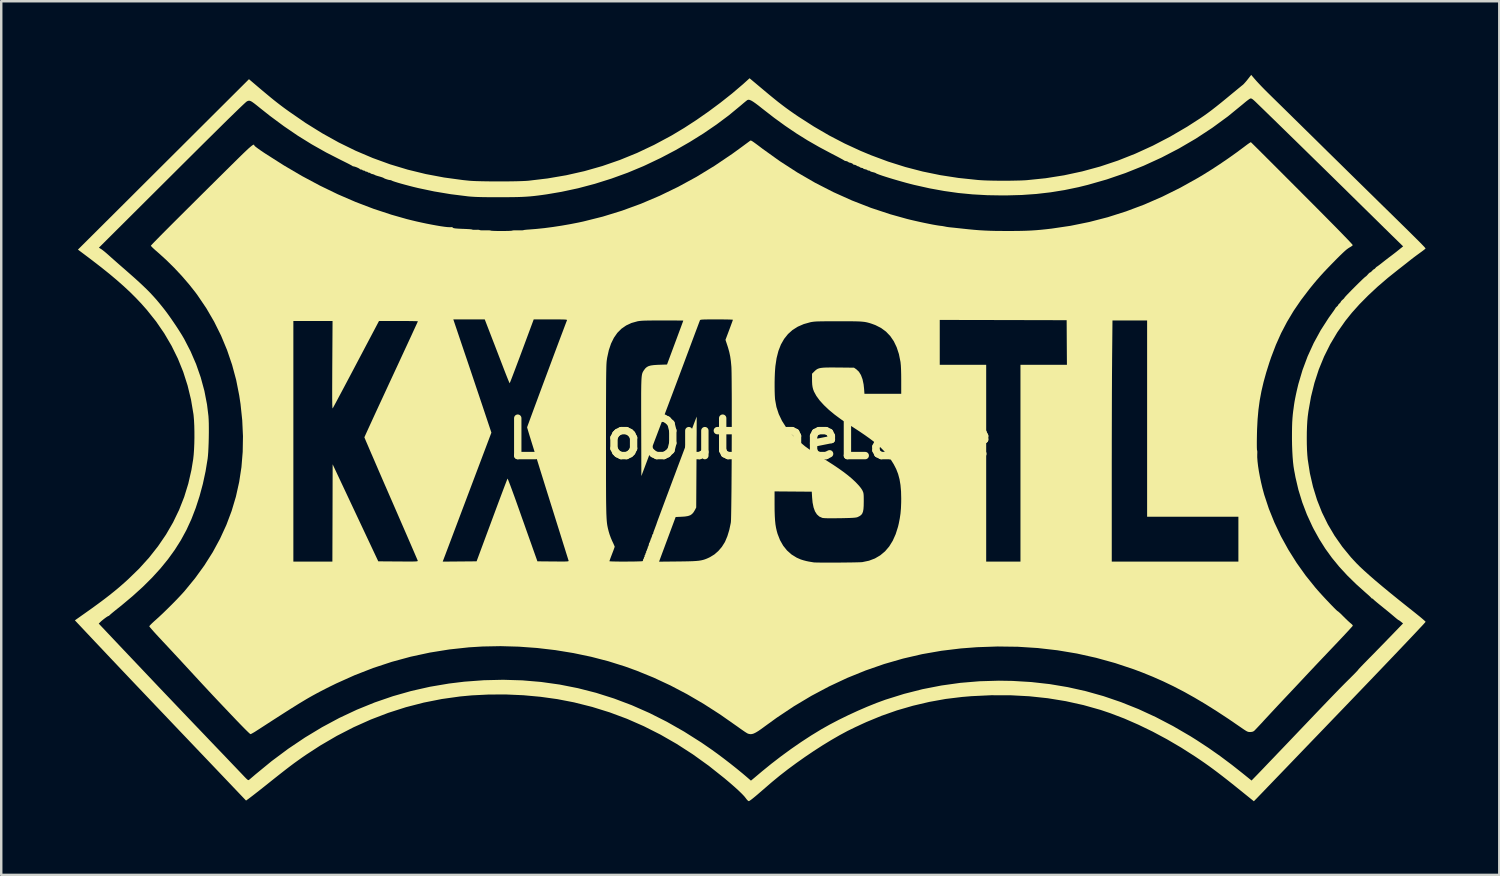
<source format=kicad_pcb>
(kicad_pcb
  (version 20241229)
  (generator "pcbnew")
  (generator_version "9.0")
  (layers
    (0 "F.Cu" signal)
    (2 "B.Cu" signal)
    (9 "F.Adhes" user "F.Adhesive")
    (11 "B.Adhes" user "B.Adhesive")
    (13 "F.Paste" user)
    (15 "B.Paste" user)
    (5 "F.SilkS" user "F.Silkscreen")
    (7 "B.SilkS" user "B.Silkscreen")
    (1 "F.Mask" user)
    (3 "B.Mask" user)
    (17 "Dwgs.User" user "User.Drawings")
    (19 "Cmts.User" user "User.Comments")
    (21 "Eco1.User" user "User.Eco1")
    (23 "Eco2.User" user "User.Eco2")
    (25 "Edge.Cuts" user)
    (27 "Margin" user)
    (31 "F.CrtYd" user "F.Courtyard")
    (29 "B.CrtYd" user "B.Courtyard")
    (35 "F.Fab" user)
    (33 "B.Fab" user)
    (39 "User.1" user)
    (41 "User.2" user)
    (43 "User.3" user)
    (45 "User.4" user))
  (footprint "LogoOutlineLarge"
    (layer "F.Cu")
    (at 27.506 14.814)
    (property "Reference" "LogoOutlineLarge" (at 0 0 0) (layer "F.SilkS") (effects (font (size 1.524 1.524) (thickness 0.3))))
    (attr board_only exclude_from_pos_files exclude_from_bom)
    (fp_poly (pts (xy 20.452 -14.751) (xy 20.535 -14.654) (xy 20.619 -14.558) (xy 20.71 -14.46) (xy 20.811 -14.353) (xy 20.927 -14.234) (xy 21.063 -14.098) (xy 21.222 -13.941) (xy 21.369 -13.797) (xy 21.477 -13.691) (xy 21.612 -13.559) (xy 21.77 -13.404) (xy 21.948 -13.229) (xy 22.141 -13.039) (xy 22.347 -12.837) (xy 22.561 -12.626) (xy 22.78 -12.411) (xy 23.001 -12.194) (xy 23.219 -11.979) (xy 23.283 -11.916) (xy 23.52 -11.682) (xy 23.777 -11.43) (xy 24.046 -11.166) (xy 24.323 -10.893) (xy 24.602 -10.619) (xy 24.877 -10.349) (xy 25.143 -10.088) (xy 25.394 -9.842) (xy 25.623 -9.616) (xy 25.776 -9.466) (xy 26.046 -9.202) (xy 26.287 -8.966) (xy 26.5 -8.756) (xy 26.688 -8.572) (xy 26.851 -8.411) (xy 26.991 -8.272) (xy 27.11 -8.154) (xy 27.21 -8.055) (xy 27.292 -7.972) (xy 27.357 -7.905) (xy 27.408 -7.852) (xy 27.446 -7.812) (xy 27.472 -7.782) (xy 27.488 -7.761) (xy 27.496 -7.748) (xy 27.498 -7.74) (xy 27.497 -7.739) (xy 27.476 -7.721) (xy 27.427 -7.682) (xy 27.356 -7.628) (xy 27.269 -7.565) (xy 27.231 -7.537) (xy 27.124 -7.459) (xy 27.014 -7.377) (xy 26.914 -7.3) (xy 26.836 -7.238) (xy 26.828 -7.232) (xy 26.755 -7.174) (xy 26.66 -7.099) (xy 26.552 -7.014) (xy 26.443 -6.929) (xy 26.41 -6.904) (xy 25.964 -6.548) (xy 25.547 -6.19) (xy 25.162 -5.831) (xy 24.811 -5.476) (xy 24.496 -5.125) (xy 24.234 -4.798) (xy 23.907 -4.333) (xy 23.618 -3.848) (xy 23.367 -3.344) (xy 23.152 -2.82) (xy 22.975 -2.275) (xy 22.834 -1.707) (xy 22.73 -1.118) (xy 22.701 -0.903) (xy 22.684 -0.72) (xy 22.672 -0.506) (xy 22.664 -0.271) (xy 22.662 -0.026) (xy 22.664 0.219) (xy 22.671 0.452) (xy 22.684 0.664) (xy 22.7 0.838) (xy 22.789 1.411) (xy 22.916 1.962) (xy 23.079 2.492) (xy 23.28 3.001) (xy 23.519 3.489) (xy 23.796 3.957) (xy 24.11 4.405) (xy 24.462 4.834) (xy 24.678 5.067) (xy 24.823 5.212) (xy 25 5.377) (xy 25.21 5.565) (xy 25.452 5.776) (xy 25.729 6.009) (xy 26.039 6.265) (xy 26.383 6.544) (xy 26.762 6.847) (xy 27.022 7.053) (xy 27.145 7.152) (xy 27.257 7.242) (xy 27.353 7.322) (xy 27.428 7.387) (xy 27.479 7.433) (xy 27.501 7.458) (xy 27.501 7.459) (xy 27.487 7.477) (xy 27.444 7.526) (xy 27.374 7.603) (xy 27.276 7.707) (xy 27.154 7.838) (xy 27.007 7.994) (xy 26.836 8.175) (xy 26.643 8.378) (xy 26.429 8.603) (xy 26.195 8.849) (xy 25.942 9.114) (xy 25.671 9.398) (xy 25.383 9.699) (xy 25.079 10.016) (xy 24.76 10.348) (xy 24.428 10.694) (xy 24.11 11.025) (xy 23.792 11.355) (xy 23.482 11.678) (xy 23.18 11.992) (xy 22.888 12.295) (xy 22.607 12.587) (xy 22.339 12.866) (xy 22.085 13.13) (xy 21.847 13.378) (xy 21.625 13.608) (xy 21.421 13.82) (xy 21.237 14.011) (xy 21.073 14.181) (xy 20.932 14.328) (xy 20.815 14.45) (xy 20.722 14.546) (xy 20.656 14.615) (xy 20.618 14.654) (xy 20.609 14.663) (xy 20.507 14.767) (xy 19.95 14.318) (xy 19.687 14.106) (xy 19.45 13.918) (xy 19.236 13.751) (xy 19.039 13.6) (xy 18.854 13.461) (xy 18.676 13.331) (xy 18.5 13.206) (xy 18.32 13.082) (xy 18.131 12.955) (xy 18.115 12.944) (xy 17.548 12.582) (xy 16.971 12.244) (xy 16.389 11.932) (xy 15.807 11.65) (xy 15.231 11.398) (xy 14.665 11.182) (xy 14.269 11.048) (xy 13.567 10.85) (xy 12.849 10.691) (xy 12.114 10.571) (xy 11.362 10.491) (xy 10.594 10.45) (xy 9.809 10.449) (xy 9.007 10.487) (xy 8.617 10.52) (xy 7.953 10.601) (xy 7.287 10.721) (xy 6.624 10.877) (xy 5.972 11.066) (xy 5.337 11.289) (xy 4.726 11.541) (xy 4.588 11.604) (xy 4.484 11.652) (xy 4.376 11.703) (xy 4.281 11.746) (xy 4.255 11.759) (xy 3.958 11.904) (xy 3.637 12.077) (xy 3.297 12.273) (xy 2.945 12.488) (xy 2.587 12.719) (xy 2.227 12.962) (xy 1.872 13.213) (xy 1.528 13.467) (xy 1.2 13.722) (xy 0.894 13.974) (xy 0.827 14.031) (xy 0.738 14.108) (xy 0.626 14.205) (xy 0.503 14.311) (xy 0.38 14.417) (xy 0.296 14.49) (xy 0.196 14.574) (xy 0.104 14.649) (xy 0.028 14.708) (xy -0.029 14.747) (xy -0.059 14.763) (xy -0.061 14.763) (xy -0.096 14.745) (xy -0.144 14.695) (xy -0.184 14.642) (xy -0.247 14.563) (xy -0.344 14.461) (xy -0.473 14.336) (xy -0.633 14.19) (xy -0.822 14.025) (xy -1.04 13.841) (xy -1.053 13.83) (xy -1.691 13.323) (xy -2.338 12.858) (xy -2.994 12.434) (xy -3.66 12.052) (xy -4.337 11.71) (xy -5.025 11.408) (xy -5.726 11.147) (xy -6.44 10.925) (xy -7.168 10.742) (xy -7.196 10.736) (xy -7.858 10.608) (xy -8.542 10.513) (xy -9.241 10.449) (xy -9.946 10.418) (xy -10.651 10.42) (xy -11.348 10.455) (xy -11.819 10.499) (xy -12.563 10.603) (xy -13.299 10.749) (xy -14.027 10.937) (xy -14.745 11.167) (xy -15.453 11.438) (xy -16.152 11.751) (xy -16.839 12.104) (xy -17.514 12.498) (xy -18.083 12.868) (xy -18.253 12.985) (xy -18.414 13.099) (xy -18.574 13.214) (xy -18.737 13.336) (xy -18.912 13.47) (xy -19.104 13.62) (xy -19.321 13.791) (xy -19.394 13.849) (xy -19.607 14.019) (xy -19.804 14.176) (xy -19.981 14.316) (xy -20.137 14.438) (xy -20.268 14.54) (xy -20.372 14.619) (xy -20.446 14.675) (xy -20.47 14.692) (xy -20.536 14.739) (xy -22.124 13.071) (xy -22.542 12.633) (xy -22.932 12.223) (xy -23.296 11.842) (xy -23.634 11.486) (xy -23.95 11.154) (xy -24.245 10.845) (xy -24.519 10.556) (xy -24.776 10.286) (xy -25.016 10.034) (xy -25.241 9.797) (xy -25.453 9.573) (xy -25.654 9.362) (xy -25.844 9.16) (xy -26.027 8.968) (xy -26.203 8.781) (xy -26.374 8.6) (xy -26.542 8.422) (xy -26.709 8.246) (xy -26.875 8.069) (xy -27.043 7.891) (xy -27.215 7.708) (xy -27.381 7.532) (xy -26.535 7.532) (xy -26.017 8.08) (xy -25.497 8.63) (xy -25 9.154) (xy -24.521 9.659) (xy -24.055 10.151) (xy -23.594 10.634) (xy -23.135 11.116) (xy -22.671 11.602) (xy -22.196 12.098) (xy -22.187 12.108) (xy -21.981 12.324) (xy -21.78 12.534) (xy -21.587 12.735) (xy -21.404 12.926) (xy -21.235 13.104) (xy -21.08 13.266) (xy -20.943 13.409) (xy -20.826 13.532) (xy -20.73 13.632) (xy -20.66 13.706) (xy -20.616 13.752) (xy -20.611 13.758) (xy -20.539 13.832) (xy -20.489 13.879) (xy -20.456 13.902) (xy -20.433 13.906) (xy -20.418 13.898) (xy -20.389 13.875) (xy -20.335 13.829) (xy -20.263 13.768) (xy -20.179 13.696) (xy -20.157 13.677) (xy -19.494 13.133) (xy -18.82 12.631) (xy -18.136 12.171) (xy -17.442 11.752) (xy -16.738 11.374) (xy -16.022 11.038) (xy -15.296 10.743) (xy -14.557 10.489) (xy -13.808 10.276) (xy -13.046 10.104) (xy -12.272 9.973) (xy -11.647 9.897) (xy -10.851 9.838) (xy -10.065 9.82) (xy -9.289 9.843) (xy -8.523 9.908) (xy -7.767 10.014) (xy -7.019 10.162) (xy -6.28 10.351) (xy -5.549 10.583) (xy -4.825 10.856) (xy -4.109 11.172) (xy -3.399 11.53) (xy -2.696 11.93) (xy -1.998 12.372) (xy -1.59 12.653) (xy -1.343 12.831) (xy -1.081 13.027) (xy -0.815 13.232) (xy -0.556 13.438) (xy -0.314 13.636) (xy -0.132 13.791) (xy 0.026 13.927) (xy 0.086 13.878) (xy 0.121 13.849) (xy 0.182 13.798) (xy 0.264 13.729) (xy 0.361 13.647) (xy 0.467 13.558) (xy 0.487 13.541) (xy 0.855 13.242) (xy 1.248 12.939) (xy 1.656 12.641) (xy 2.07 12.355) (xy 2.479 12.088) (xy 2.873 11.848) (xy 2.901 11.831) (xy 3.237 11.642) (xy 3.602 11.451) (xy 3.984 11.264) (xy 4.374 11.084) (xy 4.762 10.916) (xy 5.137 10.765) (xy 5.489 10.636) (xy 5.512 10.628) (xy 6.261 10.394) (xy 7.017 10.202) (xy 7.781 10.053) (xy 8.553 9.945) (xy 9.332 9.88) (xy 10.12 9.857) (xy 10.681 9.866) (xy 11.443 9.912) (xy 12.193 9.996) (xy 12.932 10.12) (xy 13.661 10.283) (xy 14.383 10.486) (xy 15.098 10.73) (xy 15.809 11.014) (xy 16.515 11.34) (xy 17.22 11.708) (xy 17.924 12.118) (xy 18.171 12.273) (xy 18.654 12.59) (xy 19.132 12.925) (xy 19.613 13.285) (xy 20.032 13.616) (xy 20.413 13.923) (xy 20.657 13.672) (xy 20.707 13.62) (xy 20.785 13.539) (xy 20.887 13.433) (xy 21.011 13.303) (xy 21.155 13.152) (xy 21.317 12.984) (xy 21.492 12.8) (xy 21.681 12.603) (xy 21.879 12.396) (xy 22.084 12.181) (xy 22.294 11.961) (xy 22.347 11.905) (xy 22.603 11.637) (xy 22.831 11.398) (xy 23.034 11.185) (xy 23.215 10.996) (xy 23.375 10.829) (xy 23.517 10.681) (xy 23.644 10.549) (xy 23.757 10.432) (xy 23.859 10.327) (xy 23.952 10.231) (xy 24.039 10.142) (xy 24.122 10.058) (xy 24.203 9.976) (xy 24.285 9.894) (xy 24.37 9.81) (xy 24.46 9.721) (xy 24.476 9.704) (xy 24.565 9.616) (xy 24.642 9.537) (xy 24.703 9.473) (xy 24.742 9.43) (xy 24.755 9.412) (xy 24.77 9.393) (xy 24.811 9.348) (xy 24.874 9.281) (xy 24.955 9.197) (xy 25.05 9.1) (xy 25.126 9.022) (xy 25.234 8.912) (xy 25.366 8.779) (xy 25.512 8.629) (xy 25.667 8.47) (xy 25.824 8.31) (xy 25.974 8.154) (xy 26.04 8.087) (xy 26.583 7.525) (xy 26.502 7.459) (xy 26.452 7.42) (xy 26.415 7.396) (xy 26.405 7.392) (xy 26.382 7.379) (xy 26.335 7.343) (xy 26.271 7.29) (xy 26.211 7.239) (xy 26.134 7.174) (xy 26.034 7.09) (xy 25.919 6.996) (xy 25.799 6.899) (xy 25.712 6.828) (xy 25.61 6.746) (xy 25.52 6.672) (xy 25.446 6.61) (xy 25.395 6.565) (xy 25.372 6.541) (xy 25.372 6.541) (xy 25.339 6.514) (xy 25.324 6.511) (xy 25.296 6.5) (xy 25.293 6.492) (xy 25.277 6.472) (xy 25.235 6.429) (xy 25.172 6.371) (xy 25.093 6.302) (xy 25.072 6.284) (xy 24.672 5.925) (xy 24.31 5.57) (xy 23.982 5.214) (xy 23.686 4.853) (xy 23.417 4.481) (xy 23.172 4.093) (xy 22.947 3.687) (xy 22.891 3.577) (xy 22.668 3.093) (xy 22.477 2.591) (xy 22.321 2.082) (xy 22.202 1.574) (xy 22.189 1.504) (xy 22.173 1.415) (xy 22.158 1.339) (xy 22.148 1.287) (xy 22.147 1.278) (xy 22.123 1.131) (xy 22.102 0.949) (xy 22.085 0.738) (xy 22.072 0.506) (xy 22.063 0.259) (xy 22.059 0.005) (xy 22.059 -0.043) (xy 22.06 -0.283) (xy 22.063 -0.487) (xy 22.069 -0.666) (xy 22.079 -0.826) (xy 22.092 -0.976) (xy 22.109 -1.125) (xy 22.122 -1.214) (xy 22.133 -1.297) (xy 22.144 -1.382) (xy 22.145 -1.386) (xy 22.162 -1.496) (xy 22.188 -1.636) (xy 22.221 -1.798) (xy 22.259 -1.97) (xy 22.3 -2.142) (xy 22.32 -2.224) (xy 22.489 -2.796) (xy 22.697 -3.353) (xy 22.945 -3.895) (xy 23.231 -4.418) (xy 23.554 -4.92) (xy 23.695 -5.117) (xy 23.751 -5.194) (xy 23.795 -5.259) (xy 23.824 -5.303) (xy 23.831 -5.318) (xy 23.847 -5.341) (xy 23.883 -5.375) (xy 23.885 -5.376) (xy 23.923 -5.412) (xy 23.939 -5.44) (xy 23.939 -5.441) (xy 23.954 -5.468) (xy 23.991 -5.504) (xy 23.992 -5.505) (xy 24.03 -5.542) (xy 24.046 -5.572) (xy 24.046 -5.573) (xy 24.062 -5.6) (xy 24.101 -5.641) (xy 24.121 -5.658) (xy 24.167 -5.699) (xy 24.194 -5.731) (xy 24.197 -5.739) (xy 24.211 -5.759) (xy 24.252 -5.805) (xy 24.314 -5.871) (xy 24.393 -5.952) (xy 24.483 -6.045) (xy 24.581 -6.143) (xy 24.68 -6.242) (xy 24.777 -6.338) (xy 24.867 -6.425) (xy 24.944 -6.5) (xy 25.005 -6.556) (xy 25.044 -6.59) (xy 25.055 -6.597) (xy 25.079 -6.613) (xy 25.118 -6.652) (xy 25.145 -6.683) (xy 25.189 -6.732) (xy 25.226 -6.763) (xy 25.241 -6.769) (xy 25.271 -6.784) (xy 25.311 -6.822) (xy 25.321 -6.834) (xy 25.361 -6.875) (xy 25.392 -6.897) (xy 25.397 -6.898) (xy 25.424 -6.913) (xy 25.46 -6.95) (xy 25.461 -6.952) (xy 25.494 -6.989) (xy 25.518 -7.005) (xy 25.518 -7.005) (xy 25.54 -7.018) (xy 25.588 -7.053) (xy 25.655 -7.104) (xy 25.73 -7.163) (xy 25.824 -7.237) (xy 25.922 -7.313) (xy 26.009 -7.38) (xy 26.055 -7.414) (xy 26.127 -7.468) (xy 26.218 -7.538) (xy 26.317 -7.615) (xy 26.385 -7.67) (xy 26.586 -7.831) (xy 26.321 -8.09) (xy 26.266 -8.144) (xy 26.183 -8.225) (xy 26.074 -8.331) (xy 25.944 -8.46) (xy 25.793 -8.607) (xy 25.626 -8.772) (xy 25.444 -8.951) (xy 25.251 -9.141) (xy 25.049 -9.339) (xy 24.84 -9.544) (xy 24.658 -9.724) (xy 24.442 -9.936) (xy 24.215 -10.16) (xy 23.978 -10.392) (xy 23.734 -10.632) (xy 23.485 -10.876) (xy 23.233 -11.123) (xy 22.98 -11.37) (xy 22.729 -11.616) (xy 22.481 -11.859) (xy 22.238 -12.097) (xy 22.003 -12.326) (xy 21.778 -12.546) (xy 21.564 -12.755) (xy 21.365 -12.95) (xy 21.181 -13.128) (xy 21.016 -13.289) (xy 20.871 -13.43) (xy 20.748 -13.549) (xy 20.65 -13.644) (xy 20.579 -13.713) (xy 20.539 -13.751) (xy 20.472 -13.81) (xy 20.425 -13.843) (xy 20.389 -13.855) (xy 20.363 -13.852) (xy 20.329 -13.834) (xy 20.269 -13.792) (xy 20.192 -13.733) (xy 20.104 -13.66) (xy 20.059 -13.622) (xy 19.451 -13.125) (xy 18.813 -12.658) (xy 18.148 -12.221) (xy 17.459 -11.818) (xy 16.748 -11.448) (xy 16.019 -11.114) (xy 15.274 -10.816) (xy 14.515 -10.556) (xy 13.746 -10.336) (xy 13.366 -10.242) (xy 12.798 -10.124) (xy 12.229 -10.032) (xy 11.65 -9.965) (xy 11.054 -9.923) (xy 10.431 -9.906) (xy 10.272 -9.905) (xy 9.652 -9.915) (xy 9.056 -9.948) (xy 8.474 -10.004) (xy 7.894 -10.086) (xy 7.305 -10.193) (xy 6.697 -10.329) (xy 6.666 -10.336) (xy 6.516 -10.374) (xy 6.353 -10.417) (xy 6.181 -10.465) (xy 6.006 -10.515) (xy 5.834 -10.565) (xy 5.668 -10.615) (xy 5.515 -10.663) (xy 5.379 -10.707) (xy 5.266 -10.746) (xy 5.181 -10.778) (xy 5.128 -10.801) (xy 5.114 -10.811) (xy 5.088 -10.825) (xy 5.033 -10.843) (xy 4.99 -10.853) (xy 4.928 -10.87) (xy 4.887 -10.887) (xy 4.878 -10.897) (xy 4.86 -10.912) (xy 4.824 -10.916) (xy 4.784 -10.923) (xy 4.771 -10.935) (xy 4.752 -10.95) (xy 4.704 -10.964) (xy 4.685 -10.968) (xy 4.631 -10.981) (xy 4.601 -10.997) (xy 4.599 -11.003) (xy 4.58 -11.019) (xy 4.546 -11.024) (xy 4.492 -11.037) (xy 4.462 -11.056) (xy 4.42 -11.083) (xy 4.395 -11.088) (xy 4.351 -11.103) (xy 4.327 -11.121) (xy 4.28 -11.146) (xy 4.243 -11.153) (xy 4.203 -11.159) (xy 4.19 -11.171) (xy 4.172 -11.192) (xy 4.13 -11.216) (xy 4.08 -11.234) (xy 4.048 -11.239) (xy 4.007 -11.253) (xy 3.983 -11.271) (xy 3.936 -11.297) (xy 3.9 -11.303) (xy 3.848 -11.315) (xy 3.821 -11.331) (xy 3.795 -11.348) (xy 3.736 -11.382) (xy 3.649 -11.429) (xy 3.541 -11.487) (xy 3.416 -11.552) (xy 3.309 -11.607) (xy 2.81 -11.873) (xy 2.335 -12.145) (xy 1.877 -12.431) (xy 1.426 -12.736) (xy 0.973 -13.065) (xy 0.508 -13.426) (xy 0.48 -13.448) (xy 0.33 -13.567) (xy 0.208 -13.658) (xy 0.111 -13.725) (xy 0.034 -13.77) (xy -0.026 -13.795) (xy -0.074 -13.802) (xy -0.112 -13.793) (xy -0.12 -13.79) (xy -0.149 -13.768) (xy -0.204 -13.724) (xy -0.278 -13.663) (xy -0.364 -13.589) (xy -0.413 -13.548) (xy -0.874 -13.168) (xy -1.373 -12.795) (xy -1.904 -12.432) (xy -2.463 -12.083) (xy -3.045 -11.749) (xy -3.644 -11.434) (xy -4.255 -11.143) (xy -4.348 -11.1) (xy -4.99 -10.832) (xy -5.654 -10.591) (xy -6.331 -10.378) (xy -7.014 -10.197) (xy -7.695 -10.051) (xy -8.284 -9.951) (xy -8.48 -9.923) (xy -8.656 -9.9) (xy -8.816 -9.881) (xy -8.97 -9.866) (xy -9.123 -9.855) (xy -9.282 -9.846) (xy -9.455 -9.84) (xy -9.647 -9.836) (xy -9.866 -9.834) (xy -10.119 -9.833) (xy -10.218 -9.833) (xy -10.472 -9.833) (xy -10.689 -9.834) (xy -10.874 -9.836) (xy -11.032 -9.84) (xy -11.168 -9.844) (xy -11.288 -9.851) (xy -11.397 -9.858) (xy -11.501 -9.868) (xy -11.518 -9.87) (xy -12.205 -9.956) (xy -12.875 -10.068) (xy -13.519 -10.204) (xy -13.712 -10.25) (xy -13.886 -10.295) (xy -14.052 -10.339) (xy -14.206 -10.381) (xy -14.342 -10.42) (xy -14.454 -10.455) (xy -14.539 -10.483) (xy -14.589 -10.503) (xy -14.601 -10.51) (xy -14.637 -10.526) (xy -14.667 -10.53) (xy -14.713 -10.536) (xy -14.778 -10.553) (xy -14.846 -10.575) (xy -14.903 -10.598) (xy -14.934 -10.616) (xy -14.935 -10.618) (xy -14.96 -10.63) (xy -15.016 -10.65) (xy -15.092 -10.673) (xy -15.118 -10.68) (xy -15.198 -10.703) (xy -15.261 -10.724) (xy -15.296 -10.74) (xy -15.3 -10.743) (xy -15.326 -10.757) (xy -15.378 -10.772) (xy -15.391 -10.775) (xy -15.443 -10.789) (xy -15.471 -10.806) (xy -15.472 -10.81) (xy -15.49 -10.825) (xy -15.526 -10.83) (xy -15.566 -10.838) (xy -15.58 -10.852) (xy -15.598 -10.868) (xy -15.633 -10.873) (xy -15.674 -10.881) (xy -15.687 -10.895) (xy -15.705 -10.911) (xy -15.741 -10.916) (xy -15.781 -10.924) (xy -15.794 -10.938) (xy -15.813 -10.954) (xy -15.848 -10.959) (xy -15.889 -10.966) (xy -15.902 -10.978) (xy -15.92 -10.996) (xy -15.966 -11.021) (xy -16.028 -11.049) (xy -16.091 -11.072) (xy -16.143 -11.086) (xy -16.161 -11.088) (xy -16.197 -11.097) (xy -16.206 -11.106) (xy -16.227 -11.12) (xy -16.281 -11.15) (xy -16.362 -11.193) (xy -16.466 -11.245) (xy -16.586 -11.305) (xy -16.661 -11.342) (xy -17.272 -11.654) (xy -17.859 -11.985) (xy -18.431 -12.34) (xy -18.994 -12.724) (xy -19.556 -13.14) (xy -19.963 -13.462) (xy -20.091 -13.566) (xy -20.191 -13.644) (xy -20.269 -13.701) (xy -20.328 -13.738) (xy -20.375 -13.757) (xy -20.413 -13.763) (xy -20.45 -13.757) (xy -20.488 -13.742) (xy -20.495 -13.739) (xy -20.517 -13.724) (xy -20.559 -13.688) (xy -20.622 -13.63) (xy -20.706 -13.551) (xy -20.812 -13.45) (xy -20.941 -13.325) (xy -21.094 -13.176) (xy -21.272 -13.003) (xy -21.474 -12.804) (xy -21.701 -12.579) (xy -21.955 -12.328) (xy -22.236 -12.05) (xy -22.545 -11.743) (xy -22.882 -11.408) (xy -23.248 -11.044) (xy -23.555 -10.738) (xy -26.528 -7.777) (xy -26.431 -7.717) (xy -26.374 -7.676) (xy -26.297 -7.615) (xy -26.213 -7.544) (xy -26.163 -7.5) (xy -26.1 -7.444) (xy -26.012 -7.365) (xy -25.903 -7.269) (xy -25.781 -7.161) (xy -25.651 -7.047) (xy -25.52 -6.933) (xy -25.519 -6.933) (xy -25.279 -6.722) (xy -25.067 -6.535) (xy -24.881 -6.366) (xy -24.717 -6.212) (xy -24.569 -6.069) (xy -24.435 -5.933) (xy -24.31 -5.798) (xy -24.189 -5.663) (xy -24.07 -5.521) (xy -23.947 -5.37) (xy -23.867 -5.269) (xy -23.759 -5.127) (xy -23.638 -4.959) (xy -23.511 -4.775) (xy -23.383 -4.586) (xy -23.262 -4.4) (xy -23.154 -4.228) (xy -23.066 -4.079) (xy -23.06 -4.069) (xy -22.796 -3.558) (xy -22.569 -3.032) (xy -22.381 -2.493) (xy -22.232 -1.944) (xy -22.125 -1.39) (xy -22.067 -0.918) (xy -22.059 -0.79) (xy -22.053 -0.629) (xy -22.051 -0.443) (xy -22.051 -0.242) (xy -22.054 -0.033) (xy -22.059 0.174) (xy -22.067 0.372) (xy -22.076 0.552) (xy -22.088 0.705) (xy -22.1 0.817) (xy -22.185 1.333) (xy -22.295 1.844) (xy -22.43 2.344) (xy -22.586 2.825) (xy -22.762 3.281) (xy -22.956 3.703) (xy -22.974 3.739) (xy -23.191 4.137) (xy -23.437 4.526) (xy -23.713 4.908) (xy -24.021 5.286) (xy -24.363 5.661) (xy -24.74 6.036) (xy -25.156 6.413) (xy -25.611 6.795) (xy -25.766 6.918) (xy -25.866 6.998) (xy -25.954 7.07) (xy -26.026 7.13) (xy -26.074 7.172) (xy -26.094 7.192) (xy -26.123 7.218) (xy -26.135 7.22) (xy -26.165 7.233) (xy -26.219 7.267) (xy -26.286 7.315) (xy -26.358 7.371) (xy -26.425 7.426) (xy -26.467 7.466) (xy -26.535 7.532) (xy -27.381 7.532) (xy -27.392 7.521) (xy -27.393 7.519) (xy -27.506 7.399) (xy -27.114 7.122) (xy -26.818 6.912) (xy -26.554 6.72) (xy -26.315 6.542) (xy -26.096 6.373) (xy -25.892 6.209) (xy -25.696 6.046) (xy -25.505 5.879) (xy -25.339 5.729) (xy -24.892 5.295) (xy -24.486 4.846) (xy -24.12 4.382) (xy -23.794 3.904) (xy -23.508 3.41) (xy -23.262 2.9) (xy -23.055 2.375) (xy -22.888 1.833) (xy -22.76 1.274) (xy -22.688 0.835) (xy -22.668 0.651) (xy -22.653 0.437) (xy -22.643 0.202) (xy -22.638 -0.044) (xy -22.639 -0.291) (xy -22.644 -0.529) (xy -22.655 -0.748) (xy -22.671 -0.937) (xy -22.678 -0.999) (xy -22.777 -1.589) (xy -22.916 -2.162) (xy -23.094 -2.719) (xy -23.312 -3.259) (xy -23.57 -3.782) (xy -23.866 -4.287) (xy -24.201 -4.775) (xy -24.576 -5.244) (xy -24.584 -5.253) (xy -24.799 -5.497) (xy -25.025 -5.735) (xy -25.264 -5.973) (xy -25.521 -6.212) (xy -25.799 -6.457) (xy -26.101 -6.711) (xy -26.433 -6.977) (xy -26.798 -7.259) (xy -26.944 -7.37) (xy -27.382 -7.699) (xy -26.611 -8.466) (xy -26.512 -8.565) (xy -26.384 -8.692) (xy -26.23 -8.846) (xy -26.052 -9.023) (xy -25.852 -9.222) (xy -25.633 -9.44) (xy -25.396 -9.676) (xy -25.144 -9.927) (xy -24.879 -10.192) (xy -24.603 -10.467) (xy -24.318 -10.751) (xy -24.026 -11.042) (xy -23.73 -11.337) (xy -23.431 -11.635) (xy -23.132 -11.932) (xy -23.129 -11.936) (xy -20.417 -14.639) (xy -20.332 -14.567) (xy -20.177 -14.435) (xy -20.022 -14.303) (xy -19.873 -14.177) (xy -19.733 -14.06) (xy -19.61 -13.958) (xy -19.508 -13.874) (xy -19.433 -13.813) (xy -19.426 -13.807) (xy -19.311 -13.716) (xy -19.22 -13.645) (xy -19.142 -13.585) (xy -19.068 -13.529) (xy -18.989 -13.47) (xy -18.894 -13.401) (xy -18.781 -13.32) (xy -18.112 -12.858) (xy -17.438 -12.439) (xy -16.759 -12.061) (xy -16.073 -11.725) (xy -15.377 -11.429) (xy -14.67 -11.172) (xy -13.951 -10.955) (xy -13.218 -10.776) (xy -12.47 -10.635) (xy -11.704 -10.531) (xy -11.443 -10.504) (xy -11.328 -10.496) (xy -11.176 -10.489) (xy -10.995 -10.484) (xy -10.792 -10.48) (xy -10.571 -10.477) (xy -10.342 -10.476) (xy -10.109 -10.476) (xy -9.88 -10.477) (xy -9.661 -10.48) (xy -9.46 -10.484) (xy -9.282 -10.49) (xy -9.135 -10.497) (xy -9.036 -10.504) (xy -8.256 -10.597) (xy -7.496 -10.727) (xy -6.754 -10.895) (xy -6.027 -11.102) (xy -5.313 -11.349) (xy -4.61 -11.636) (xy -3.915 -11.965) (xy -3.225 -12.335) (xy -3.177 -12.363) (xy -2.692 -12.654) (xy -2.196 -12.976) (xy -1.7 -13.322) (xy -1.213 -13.684) (xy -0.743 -14.056) (xy -0.302 -14.431) (xy -0.085 -14.627) (xy -0.03 -14.677) (xy 0.539 -14.2) (xy 0.759 -14.016) (xy 0.955 -13.856) (xy 1.131 -13.714) (xy 1.296 -13.587) (xy 1.455 -13.467) (xy 1.615 -13.352) (xy 1.782 -13.235) (xy 1.964 -13.111) (xy 1.966 -13.11) (xy 2.591 -12.709) (xy 3.215 -12.346) (xy 3.845 -12.018) (xy 4.489 -11.721) (xy 4.916 -11.543) (xy 5.612 -11.284) (xy 6.312 -11.063) (xy 7.019 -10.879) (xy 7.739 -10.731) (xy 8.478 -10.617) (xy 9.239 -10.537) (xy 9.348 -10.528) (xy 9.5 -10.519) (xy 9.685 -10.512) (xy 9.896 -10.507) (xy 10.123 -10.504) (xy 10.357 -10.504) (xy 10.589 -10.505) (xy 10.811 -10.509) (xy 11.013 -10.514) (xy 11.186 -10.522) (xy 11.271 -10.528) (xy 12.03 -10.606) (xy 12.779 -10.725) (xy 13.518 -10.884) (xy 14.248 -11.083) (xy 14.97 -11.324) (xy 15.684 -11.607) (xy 16.392 -11.931) (xy 17.095 -12.297) (xy 17.793 -12.705) (xy 18.33 -13.051) (xy 18.479 -13.153) (xy 18.634 -13.264) (xy 18.801 -13.389) (xy 18.983 -13.531) (xy 19.186 -13.693) (xy 19.413 -13.879) (xy 19.52 -13.968) (xy 19.645 -14.071) (xy 19.762 -14.167) (xy 19.865 -14.252) (xy 19.951 -14.322) (xy 20.014 -14.374) (xy 20.05 -14.402) (xy 20.052 -14.403) (xy 20.091 -14.439) (xy 20.147 -14.5) (xy 20.212 -14.576) (xy 20.256 -14.631) (xy 20.399 -14.814)) (stroke (width 0) (type solid)) (fill yes) (layer "F.SilkS"))
    (fp_poly (pts (xy 0.038 -12.135) (xy 0.068 -12.12) (xy 0.113 -12.091) (xy 0.175 -12.047) (xy 0.26 -11.985) (xy 0.371 -11.902) (xy 0.497 -11.806) (xy 1.196 -11.305) (xy 1.91 -10.843) (xy 2.639 -10.421) (xy 3.383 -10.04) (xy 4.142 -9.699) (xy 4.915 -9.398) (xy 5.702 -9.138) (xy 6.382 -8.948) (xy 6.54 -8.909) (xy 6.714 -8.869) (xy 6.895 -8.828) (xy 7.077 -8.789) (xy 7.253 -8.753) (xy 7.414 -8.721) (xy 7.554 -8.696) (xy 7.666 -8.678) (xy 7.725 -8.67) (xy 7.81 -8.66) (xy 7.89 -8.646) (xy 7.929 -8.638) (xy 7.994 -8.625) (xy 8.078 -8.613) (xy 8.134 -8.606) (xy 8.199 -8.6) (xy 8.296 -8.59) (xy 8.416 -8.577) (xy 8.547 -8.563) (xy 8.639 -8.553) (xy 8.894 -8.526) (xy 9.125 -8.504) (xy 9.34 -8.487) (xy 9.549 -8.475) (xy 9.763 -8.466) (xy 9.992 -8.46) (xy 10.245 -8.458) (xy 10.487 -8.457) (xy 10.766 -8.458) (xy 11.011 -8.461) (xy 11.231 -8.467) (xy 11.436 -8.476) (xy 11.633 -8.489) (xy 11.833 -8.506) (xy 12.043 -8.528) (xy 12.27 -8.554) (xy 13.041 -8.668) (xy 13.802 -8.823) (xy 14.556 -9.018) (xy 15.302 -9.255) (xy 16.042 -9.533) (xy 16.776 -9.853) (xy 17.505 -10.215) (xy 18.231 -10.62) (xy 18.462 -10.758) (xy 18.783 -10.958) (xy 19.12 -11.179) (xy 19.462 -11.412) (xy 19.794 -11.648) (xy 20.103 -11.877) (xy 20.161 -11.921) (xy 20.242 -11.982) (xy 20.312 -12.031) (xy 20.362 -12.063) (xy 20.386 -12.073) (xy 20.386 -12.073) (xy 20.403 -12.057) (xy 20.449 -12.012) (xy 20.521 -11.941) (xy 20.619 -11.844) (xy 20.74 -11.724) (xy 20.882 -11.582) (xy 21.044 -11.42) (xy 21.224 -11.241) (xy 21.421 -11.044) (xy 21.632 -10.833) (xy 21.855 -10.609) (xy 22.09 -10.374) (xy 22.334 -10.13) (xy 22.475 -9.988) (xy 22.805 -9.658) (xy 23.104 -9.357) (xy 23.374 -9.085) (xy 23.614 -8.842) (xy 23.826 -8.628) (xy 24.009 -8.441) (xy 24.163 -8.282) (xy 24.291 -8.15) (xy 24.391 -8.045) (xy 24.464 -7.966) (xy 24.512 -7.912) (xy 24.533 -7.884) (xy 24.534 -7.88) (xy 24.51 -7.854) (xy 24.458 -7.817) (xy 24.394 -7.78) (xy 24.345 -7.749) (xy 24.286 -7.705) (xy 24.213 -7.643) (xy 24.124 -7.56) (xy 24.014 -7.454) (xy 23.879 -7.32) (xy 23.827 -7.267) (xy 23.638 -7.074) (xy 23.474 -6.904) (xy 23.329 -6.75) (xy 23.197 -6.604) (xy 23.071 -6.46) (xy 22.945 -6.31) (xy 22.814 -6.149) (xy 22.768 -6.092) (xy 22.428 -5.646) (xy 22.125 -5.203) (xy 21.857 -4.755) (xy 21.617 -4.297) (xy 21.404 -3.82) (xy 21.212 -3.317) (xy 21.143 -3.116) (xy 21.011 -2.697) (xy 20.902 -2.304) (xy 20.814 -1.926) (xy 20.745 -1.555) (xy 20.694 -1.179) (xy 20.659 -0.79) (xy 20.638 -0.378) (xy 20.633 -0.188) (xy 20.63 -0.022) (xy 20.628 0.128) (xy 20.628 0.257) (xy 20.629 0.36) (xy 20.632 0.433) (xy 20.635 0.469) (xy 20.637 0.473) (xy 20.645 0.492) (xy 20.648 0.544) (xy 20.646 0.618) (xy 20.645 0.629) (xy 20.644 0.759) (xy 20.656 0.923) (xy 20.678 1.114) (xy 20.711 1.327) (xy 20.753 1.553) (xy 20.802 1.787) (xy 20.858 2.022) (xy 20.92 2.251) (xy 20.931 2.29) (xy 21.118 2.856) (xy 21.346 3.421) (xy 21.611 3.979) (xy 21.914 4.527) (xy 22.25 5.061) (xy 22.618 5.577) (xy 23.015 6.071) (xy 23.104 6.173) (xy 23.188 6.268) (xy 23.284 6.373) (xy 23.386 6.484) (xy 23.49 6.595) (xy 23.592 6.702) (xy 23.687 6.801) (xy 23.772 6.888) (xy 23.842 6.957) (xy 23.892 7.005) (xy 23.919 7.026) (xy 23.921 7.027) (xy 23.943 7.041) (xy 23.989 7.081) (xy 24.053 7.141) (xy 24.129 7.216) (xy 24.161 7.248) (xy 24.247 7.333) (xy 24.329 7.412) (xy 24.4 7.477) (xy 24.452 7.522) (xy 24.461 7.529) (xy 24.508 7.57) (xy 24.534 7.606) (xy 24.536 7.618) (xy 24.521 7.639) (xy 24.478 7.687) (xy 24.411 7.761) (xy 24.323 7.857) (xy 24.217 7.971) (xy 24.094 8.102) (xy 23.959 8.245) (xy 23.814 8.398) (xy 23.766 8.449) (xy 23.605 8.618) (xy 23.443 8.789) (xy 23.283 8.957) (xy 23.131 9.117) (xy 22.991 9.265) (xy 22.868 9.396) (xy 22.765 9.505) (xy 22.691 9.584) (xy 22.6 9.681) (xy 22.486 9.803) (xy 22.354 9.944) (xy 22.212 10.095) (xy 22.065 10.251) (xy 21.919 10.406) (xy 21.833 10.497) (xy 21.688 10.651) (xy 21.534 10.815) (xy 21.379 10.981) (xy 21.229 11.142) (xy 21.092 11.29) (xy 20.973 11.418) (xy 20.92 11.475) (xy 20.818 11.587) (xy 20.722 11.689) (xy 20.639 11.777) (xy 20.572 11.847) (xy 20.526 11.894) (xy 20.508 11.91) (xy 20.442 11.939) (xy 20.355 11.948) (xy 20.311 11.946) (xy 20.272 11.939) (xy 20.228 11.922) (xy 20.174 11.891) (xy 20.101 11.844) (xy 20.001 11.775) (xy 19.982 11.762) (xy 19.477 11.416) (xy 18.996 11.1) (xy 18.536 10.811) (xy 18.091 10.547) (xy 17.658 10.305) (xy 17.232 10.084) (xy 16.809 9.881) (xy 16.385 9.694) (xy 15.955 9.52) (xy 15.621 9.394) (xy 14.856 9.139) (xy 14.083 8.925) (xy 13.302 8.751) (xy 12.511 8.619) (xy 11.709 8.527) (xy 10.896 8.475) (xy 10.07 8.464) (xy 9.23 8.493) (xy 8.574 8.543) (xy 7.782 8.639) (xy 6.997 8.776) (xy 6.221 8.956) (xy 5.454 9.177) (xy 4.697 9.44) (xy 3.95 9.743) (xy 3.213 10.088) (xy 2.489 10.473) (xy 1.777 10.898) (xy 1.078 11.364) (xy 0.609 11.704) (xy 0.455 11.817) (xy 0.329 11.904) (xy 0.225 11.967) (xy 0.139 12.009) (xy 0.066 12.03) (xy -0.000406 12.034) (xy -0.064 12.023) (xy -0.114 12.005) (xy -0.151 11.983) (xy -0.218 11.941) (xy -0.305 11.881) (xy -0.409 11.809) (xy -0.521 11.728) (xy -0.55 11.708) (xy -1.228 11.233) (xy -1.903 10.799) (xy -2.578 10.405) (xy -3.254 10.05) (xy -3.936 9.732) (xy -4.625 9.451) (xy -5.106 9.277) (xy -5.781 9.065) (xy -6.482 8.883) (xy -7.203 8.732) (xy -7.938 8.612) (xy -8.681 8.525) (xy -9.426 8.471) (xy -10.168 8.45) (xy -10.901 8.464) (xy -11.456 8.498) (xy -12.26 8.585) (xy -13.05 8.712) (xy -13.83 8.88) (xy -14.599 9.089) (xy -15.36 9.34) (xy -16.112 9.633) (xy -16.859 9.968) (xy -17.133 10.102) (xy -17.282 10.177) (xy -17.422 10.249) (xy -17.555 10.318) (xy -17.684 10.387) (xy -17.812 10.457) (xy -17.942 10.53) (xy -18.077 10.608) (xy -18.22 10.694) (xy -18.375 10.787) (xy -18.543 10.892) (xy -18.729 11.008) (xy -18.935 11.139) (xy -19.164 11.286) (xy -19.42 11.45) (xy -19.704 11.634) (xy -20.021 11.839) (xy -20.094 11.886) (xy -20.183 11.943) (xy -20.262 11.989) (xy -20.321 12.021) (xy -20.354 12.034) (xy -20.355 12.034) (xy -20.377 12.019) (xy -20.425 11.976) (xy -20.496 11.908) (xy -20.586 11.819) (xy -20.692 11.711) (xy -20.811 11.589) (xy -20.939 11.456) (xy -20.987 11.405) (xy -21.172 11.211) (xy -21.338 11.036) (xy -21.491 10.875) (xy -21.633 10.725) (xy -21.768 10.582) (xy -21.9 10.442) (xy -22.032 10.301) (xy -22.168 10.154) (xy -22.312 10) (xy -22.467 9.832) (xy -22.637 9.648) (xy -22.825 9.444) (xy -23.036 9.216) (xy -23.25 8.983) (xy -23.322 8.906) (xy -23.418 8.803) (xy -23.531 8.681) (xy -23.657 8.546) (xy -23.789 8.404) (xy -23.922 8.263) (xy -23.976 8.204) (xy -24.095 8.077) (xy -24.203 7.96) (xy -24.298 7.855) (xy -24.376 7.766) (xy -24.434 7.699) (xy -24.468 7.656) (xy -24.476 7.641) (xy -24.461 7.618) (xy -24.418 7.571) (xy -24.354 7.508) (xy -24.274 7.434) (xy -24.223 7.389) (xy -24.075 7.255) (xy -23.909 7.099) (xy -23.733 6.928) (xy -23.555 6.751) (xy -23.383 6.576) (xy -23.225 6.41) (xy -23.087 6.26) (xy -23.034 6.2) (xy -22.612 5.685) (xy -22.231 5.159) (xy -22.136 5.008) (xy -12.527 5.008) (xy -11.147 4.996) (xy -10.525 3.32) (xy -10.43 3.064) (xy -10.339 2.819) (xy -10.253 2.588) (xy -10.173 2.375) (xy -10.101 2.183) (xy -10.037 2.014) (xy -9.983 1.872) (xy -9.94 1.76) (xy -9.909 1.68) (xy -9.891 1.635) (xy -9.887 1.627) (xy -9.877 1.643) (xy -9.854 1.697) (xy -9.82 1.784) (xy -9.775 1.901) (xy -9.722 2.044) (xy -9.661 2.21) (xy -9.593 2.396) (xy -9.521 2.597) (xy -9.465 2.755) (xy -9.382 2.989) (xy -9.298 3.228) (xy -9.213 3.465) (xy -9.132 3.696) (xy -9.055 3.913) (xy -8.985 4.11) (xy -8.924 4.28) (xy -8.875 4.419) (xy -8.865 4.448) (xy -8.67 4.996) (xy -8.03 5.002) (xy -7.847 5.003) (xy -7.703 5.004) (xy -7.593 5.004) (xy -7.512 5.002) (xy -7.457 4.999) (xy -7.423 4.995) (xy -7.405 4.988) (xy -7.399 4.979) (xy -7.4 4.97) (xy -7.408 4.945) (xy -7.428 4.881) (xy -7.459 4.782) (xy -7.501 4.649) (xy -7.552 4.484) (xy -7.613 4.291) (xy -7.681 4.072) (xy -7.757 3.828) (xy -7.84 3.564) (xy -7.929 3.28) (xy -8.023 2.979) (xy -8.122 2.665) (xy -8.224 2.339) (xy -8.251 2.253) (xy -8.354 1.924) (xy -8.453 1.606) (xy -8.548 1.302) (xy -8.637 1.014) (xy -8.721 0.745) (xy -8.798 0.496) (xy -8.868 0.27) (xy -8.922 0.097) (xy -5.877 0.097) (xy -5.877 0.534) (xy -5.877 0.93) (xy -5.877 1.288) (xy -5.877 1.609) (xy -5.876 1.897) (xy -5.875 2.153) (xy -5.874 2.38) (xy -5.872 2.58) (xy -5.869 2.755) (xy -5.866 2.907) (xy -5.863 3.04) (xy -5.858 3.154) (xy -5.853 3.253) (xy -5.847 3.339) (xy -5.84 3.413) (xy -5.832 3.479) (xy -5.823 3.538) (xy -5.812 3.593) (xy -5.801 3.646) (xy -5.788 3.699) (xy -5.774 3.755) (xy -5.767 3.782) (xy -5.732 3.899) (xy -5.684 4.03) (xy -5.633 4.152) (xy -5.618 4.184) (xy -5.578 4.268) (xy -5.547 4.339) (xy -5.527 4.386) (xy -5.523 4.4) (xy -5.53 4.425) (xy -5.55 4.483) (xy -5.58 4.565) (xy -5.618 4.664) (xy -5.63 4.695) (xy -5.669 4.797) (xy -5.702 4.885) (xy -5.725 4.951) (xy -5.737 4.986) (xy -5.738 4.99) (xy -5.717 4.995) (xy -5.66 4.999) (xy -5.572 5.002) (xy -5.461 5.004) (xy -5.331 5.006) (xy -5.189 5.006) (xy -5.042 5.006) (xy -4.896 5.005) (xy -4.757 5.004) (xy -4.632 5.001) (xy -4.525 4.998) (xy -4.445 4.995) (xy -4.397 4.99) (xy -4.386 4.988) (xy -4.368 4.96) (xy -4.37 4.947) (xy -4.369 4.922) (xy -4.361 4.917) (xy -4.342 4.892) (xy -4.335 4.862) (xy -4.325 4.824) (xy -4.312 4.814) (xy -4.302 4.798) (xy -4.305 4.783) (xy -4.304 4.752) (xy -4.296 4.745) (xy -4.277 4.72) (xy -4.271 4.69) (xy -4.261 4.652) (xy -4.248 4.642) (xy -4.237 4.626) (xy -4.241 4.611) (xy -4.24 4.58) (xy -4.231 4.573) (xy -4.213 4.548) (xy -4.206 4.518) (xy -4.196 4.48) (xy -4.183 4.47) (xy -4.173 4.454) (xy -4.176 4.439) (xy -4.176 4.408) (xy -4.168 4.401) (xy -4.15 4.377) (xy -4.139 4.341) (xy -4.13 4.296) (xy -4.125 4.276) (xy -4.123 4.249) (xy -4.109 4.234) (xy -4.103 4.233) (xy -4.09 4.22) (xy -4.093 4.213) (xy -4.09 4.186) (xy -4.083 4.18) (xy -4.07 4.155) (xy -4.072 4.147) (xy -4.069 4.121) (xy -4.061 4.115) (xy -4.049 4.089) (xy -4.052 4.081) (xy -4.048 4.063) (xy -4.04 4.061) (xy -4.025 4.049) (xy -4.028 4.041) (xy -4.025 4.014) (xy -4.018 4.008) (xy -4.005 3.983) (xy -4.008 3.975) (xy -4.004 3.949) (xy -3.997 3.943) (xy -3.984 3.917) (xy -3.987 3.91) (xy -3.984 3.891) (xy -3.977 3.89) (xy -3.957 3.878) (xy -3.957 3.873) (xy -3.954 3.841) (xy -3.944 3.809) (xy -3.933 3.777) (xy -3.923 3.75) (xy -3.898 3.684) (xy -3.885 3.649) (xy -3.879 3.632) (xy -3.879 3.632) (xy -3.869 3.605) (xy -3.859 3.578) (xy -3.834 3.512) (xy -3.82 3.473) (xy -3.813 3.449) (xy -3.804 3.423) (xy -3.782 3.361) (xy -3.747 3.266) (xy -3.7 3.14) (xy -3.643 2.987) (xy -3.578 2.811) (xy -3.504 2.613) (xy -3.424 2.398) (xy -3.338 2.169) (xy -3.248 1.928) (xy -3.155 1.679) (xy -3.059 1.425) (xy -2.964 1.169) (xy -2.868 0.915) (xy -2.774 0.665) (xy -2.683 0.423) (xy -2.596 0.191) (xy -2.514 -0.027) (xy -2.438 -0.227) (xy -2.37 -0.408) (xy -2.311 -0.565) (xy -2.262 -0.695) (xy -2.223 -0.796) (xy -2.197 -0.864) (xy -2.184 -0.895) (xy -2.183 -0.898) (xy -2.183 -0.876) (xy -2.183 -0.814) (xy -2.183 -0.716) (xy -2.184 -0.583) (xy -2.185 -0.421) (xy -2.185 -0.231) (xy -2.187 -0.017) (xy -2.188 0.219) (xy -2.189 0.472) (xy -2.191 0.741) (xy -2.192 0.956) (xy -2.203 2.804) (xy -2.253 2.901) (xy -2.311 2.998) (xy -2.373 3.069) (xy -2.446 3.119) (xy -2.539 3.151) (xy -2.66 3.171) (xy -2.793 3.18) (xy -3.04 3.191) (xy -3.32 3.943) (xy -3.386 4.121) (xy -3.45 4.292) (xy -3.509 4.452) (xy -3.562 4.594) (xy -3.606 4.712) (xy -3.639 4.801) (xy -3.658 4.853) (xy -3.716 5.01) (xy -2.927 5.002) (xy -2.697 4.999) (xy -2.505 4.995) (xy -2.345 4.99) (xy -2.212 4.982) (xy -2.101 4.972) (xy -2.006 4.957) (xy -1.923 4.938) (xy -1.846 4.914) (xy -1.769 4.884) (xy -1.687 4.847) (xy -1.633 4.82) (xy -1.462 4.715) (xy -1.302 4.575) (xy -1.159 4.408) (xy -1.042 4.223) (xy -1.025 4.19) (xy -0.934 3.973) (xy -0.857 3.721) (xy -0.797 3.439) (xy -0.793 3.415) (xy -0.789 3.372) (xy -0.785 3.288) (xy -0.782 3.168) (xy -0.779 3.014) (xy -0.776 2.829) (xy -0.774 2.699) (xy 0.988 2.699) (xy 0.99 2.944) (xy 0.997 3.153) (xy 1.008 3.333) (xy 1.024 3.49) (xy 1.048 3.632) (xy 1.078 3.764) (xy 1.11 3.877) (xy 1.21 4.133) (xy 1.339 4.36) (xy 1.496 4.555) (xy 1.68 4.718) (xy 1.889 4.847) (xy 2.054 4.919) (xy 2.161 4.953) (xy 2.279 4.984) (xy 2.383 5.006) (xy 2.385 5.006) (xy 2.468 5.02) (xy 2.536 5.031) (xy 2.576 5.038) (xy 2.579 5.039) (xy 2.618 5.042) (xy 2.694 5.044) (xy 2.803 5.046) (xy 2.937 5.048) (xy 3.093 5.048) (xy 3.263 5.048) (xy 3.443 5.048) (xy 3.627 5.047) (xy 3.81 5.045) (xy 3.985 5.043) (xy 4.148 5.041) (xy 4.292 5.038) (xy 4.412 5.035) (xy 4.503 5.032) (xy 4.559 5.028) (xy 4.566 5.027) (xy 4.833 4.971) (xy 5.075 4.879) (xy 5.293 4.751) (xy 5.487 4.589) (xy 5.656 4.391) (xy 5.8 4.158) (xy 5.92 3.89) (xy 6.016 3.586) (xy 6.046 3.46) (xy 6.087 3.25) (xy 6.117 3.047) (xy 6.135 2.837) (xy 6.144 2.607) (xy 6.146 2.445) (xy 6.139 2.15) (xy 6.116 1.888) (xy 6.077 1.653) (xy 6.019 1.438) (xy 5.941 1.237) (xy 5.84 1.041) (xy 5.744 0.888) (xy 5.648 0.75) (xy 5.547 0.62) (xy 5.439 0.496) (xy 5.32 0.374) (xy 5.187 0.252) (xy 5.036 0.127) (xy 4.862 -0.005) (xy 4.664 -0.146) (xy 4.437 -0.3) (xy 4.178 -0.469) (xy 4.004 -0.58) (xy 3.705 -0.779) (xy 3.436 -0.978) (xy 3.198 -1.175) (xy 2.993 -1.37) (xy 2.823 -1.558) (xy 2.69 -1.74) (xy 2.595 -1.914) (xy 2.557 -2.014) (xy 2.535 -2.103) (xy 2.521 -2.2) (xy 2.515 -2.319) (xy 2.514 -2.399) (xy 2.514 -2.644) (xy 2.609 -2.739) (xy 2.654 -2.782) (xy 2.699 -2.817) (xy 2.747 -2.844) (xy 2.804 -2.865) (xy 2.876 -2.88) (xy 2.966 -2.89) (xy 3.081 -2.896) (xy 3.224 -2.898) (xy 3.401 -2.898) (xy 3.581 -2.897) (xy 4.223 -2.89) (xy 4.321 -2.822) (xy 4.423 -2.725) (xy 4.506 -2.59) (xy 4.57 -2.419) (xy 4.614 -2.21) (xy 4.634 -2.025) (xy 4.648 -1.827) (xy 6.146 -1.827) (xy 6.146 -2.38) (xy 6.144 -2.619) (xy 6.139 -2.817) (xy 6.131 -2.977) (xy 6.119 -3.102) (xy 6.114 -3.137) (xy 6.051 -3.448) (xy 5.96 -3.724) (xy 5.843 -3.968) (xy 5.698 -4.18) (xy 5.526 -4.359) (xy 5.325 -4.507) (xy 5.095 -4.624) (xy 4.942 -4.68) (xy 4.868 -4.704) (xy 4.801 -4.723) (xy 4.735 -4.739) (xy 4.667 -4.752) (xy 4.592 -4.761) (xy 4.504 -4.769) (xy 4.4 -4.774) (xy 4.274 -4.778) (xy 4.123 -4.78) (xy 3.94 -4.781) (xy 3.721 -4.781) (xy 3.589 -4.781) (xy 3.355 -4.781) (xy 3.16 -4.781) (xy 3 -4.779) (xy 2.868 -4.777) (xy 2.762 -4.775) (xy 2.676 -4.771) (xy 2.606 -4.766) (xy 2.548 -4.759) (xy 2.497 -4.751) (xy 2.45 -4.742) (xy 2.177 -4.666) (xy 1.933 -4.56) (xy 1.719 -4.425) (xy 1.534 -4.259) (xy 1.377 -4.062) (xy 1.247 -3.834) (xy 1.145 -3.573) (xy 1.07 -3.279) (xy 1.021 -2.952) (xy 1.011 -2.834) (xy 1.001 -2.675) (xy 0.994 -2.495) (xy 0.99 -2.305) (xy 0.99 -2.115) (xy 0.992 -1.934) (xy 0.997 -1.772) (xy 1.005 -1.638) (xy 1.01 -1.587) (xy 1.064 -1.29) (xy 1.158 -1.002) (xy 1.291 -0.723) (xy 1.464 -0.453) (xy 1.678 -0.191) (xy 1.932 0.064) (xy 2.229 0.312) (xy 2.567 0.554) (xy 2.808 0.707) (xy 3.108 0.893) (xy 3.373 1.063) (xy 3.606 1.22) (xy 3.809 1.365) (xy 3.987 1.503) (xy 4.143 1.634) (xy 4.28 1.762) (xy 4.299 1.781) (xy 4.416 1.905) (xy 4.504 2.012) (xy 4.56 2.099) (xy 4.563 2.105) (xy 4.584 2.151) (xy 4.6 2.192) (xy 4.61 2.238) (xy 4.616 2.296) (xy 4.619 2.375) (xy 4.62 2.484) (xy 4.62 2.567) (xy 4.617 2.736) (xy 4.608 2.868) (xy 4.59 2.97) (xy 4.56 3.047) (xy 4.517 3.105) (xy 4.458 3.15) (xy 4.381 3.189) (xy 4.372 3.193) (xy 4.34 3.204) (xy 4.297 3.212) (xy 4.239 3.219) (xy 4.159 3.225) (xy 4.054 3.23) (xy 3.918 3.234) (xy 3.746 3.238) (xy 3.653 3.239) (xy 3.437 3.242) (xy 3.262 3.243) (xy 3.125 3.241) (xy 3.023 3.237) (xy 2.955 3.231) (xy 2.929 3.225) (xy 2.811 3.173) (xy 2.713 3.085) (xy 2.634 2.961) (xy 2.576 2.8) (xy 2.536 2.602) (xy 2.517 2.396) (xy 2.503 2.16) (xy 0.988 2.148) (xy 0.988 2.699) (xy -0.774 2.699) (xy -0.773 2.616) (xy -0.77 2.379) (xy -0.767 2.12) (xy -0.765 1.842) (xy -0.763 1.548) (xy -0.761 1.242) (xy -0.759 0.926) (xy -0.758 0.603) (xy -0.757 0.277) (xy -0.756 -0.049) (xy -0.755 -0.373) (xy -0.755 -0.691) (xy -0.755 -1.001) (xy -0.755 -1.299) (xy -0.755 -1.583) (xy -0.756 -1.848) (xy -0.758 -2.093) (xy -0.759 -2.315) (xy -0.761 -2.509) (xy -0.763 -2.674) (xy -0.766 -2.805) (xy -0.769 -2.901) (xy -0.772 -2.946) (xy -0.792 -3.162) (xy -0.819 -3.351) (xy -0.857 -3.529) (xy -0.908 -3.712) (xy -0.937 -3.801) (xy -1.011 -4.024) (xy -0.86 -4.426) (xy -0.814 -4.549) (xy -0.774 -4.658) (xy -0.741 -4.748) (xy -0.719 -4.81) (xy -0.711 -4.835) (xy 7.715 -4.835) (xy 7.715 -3.008) (xy 9.606 -3.008) (xy 9.606 5.007) (xy 11.002 5.007) (xy 14.72 5.007) (xy 19.877 5.007) (xy 19.877 3.18) (xy 16.16 3.18) (xy 16.16 -4.814) (xy 14.749 -4.814) (xy 14.734 -3.25) (xy 14.733 -3.041) (xy 14.731 -2.794) (xy 14.729 -2.511) (xy 14.728 -2.197) (xy 14.726 -1.856) (xy 14.725 -1.493) (xy 14.724 -1.11) (xy 14.723 -0.712) (xy 14.722 -0.303) (xy 14.721 0.113) (xy 14.721 0.533) (xy 14.72 0.951) (xy 14.72 1.365) (xy 14.72 1.66) (xy 14.72 5.007) (xy 11.002 5.007) (xy 11.002 -3.008) (xy 12.894 -3.008) (xy 12.888 -3.916) (xy 12.883 -4.824) (xy 10.299 -4.83) (xy 7.715 -4.835) (xy -0.711 -4.835) (xy -0.709 -4.84) (xy -0.709 -4.842) (xy -0.73 -4.845) (xy -0.788 -4.849) (xy -0.879 -4.852) (xy -0.998 -4.854) (xy -1.139 -4.856) (xy -1.296 -4.856) (xy -1.373 -4.857) (xy -1.56 -4.856) (xy -1.709 -4.856) (xy -1.823 -4.854) (xy -1.909 -4.852) (xy -1.969 -4.848) (xy -2.009 -4.843) (xy -2.033 -4.837) (xy -2.046 -4.828) (xy -2.052 -4.819) (xy -2.061 -4.793) (xy -2.085 -4.731) (xy -2.121 -4.634) (xy -2.169 -4.506) (xy -2.228 -4.35) (xy -2.296 -4.168) (xy -2.372 -3.965) (xy -2.455 -3.743) (xy -2.544 -3.504) (xy -2.638 -3.253) (xy -2.697 -3.094) (xy -2.799 -2.822) (xy -2.901 -2.55) (xy -3.001 -2.282) (xy -3.098 -2.024) (xy -3.19 -1.779) (xy -3.276 -1.552) (xy -3.353 -1.346) (xy -3.421 -1.167) (xy -3.477 -1.018) (xy -3.521 -0.904) (xy -3.53 -0.881) (xy -3.581 -0.745) (xy -3.645 -0.577) (xy -3.719 -0.383) (xy -3.799 -0.171) (xy -3.883 0.05) (xy -3.968 0.275) (xy -4.05 0.494) (xy -4.084 0.585) (xy -4.437 1.524) (xy -4.443 -0.478) (xy -4.444 -0.828) (xy -4.445 -1.138) (xy -4.445 -1.41) (xy -4.445 -1.647) (xy -4.445 -1.852) (xy -4.443 -2.027) (xy -4.441 -2.176) (xy -4.437 -2.3) (xy -4.433 -2.403) (xy -4.427 -2.488) (xy -4.42 -2.556) (xy -4.411 -2.611) (xy -4.4 -2.656) (xy -4.387 -2.692) (xy -4.372 -2.723) (xy -4.355 -2.752) (xy -4.336 -2.781) (xy -4.318 -2.806) (xy -4.267 -2.871) (xy -4.209 -2.919) (xy -4.139 -2.955) (xy -4.048 -2.98) (xy -3.93 -2.996) (xy -3.779 -3.006) (xy -3.721 -3.008) (xy -3.392 -3.019) (xy -3.061 -3.91) (xy -2.992 -4.095) (xy -2.928 -4.268) (xy -2.87 -4.424) (xy -2.82 -4.558) (xy -2.78 -4.668) (xy -2.75 -4.749) (xy -2.733 -4.796) (xy -2.729 -4.807) (xy -2.75 -4.809) (xy -2.809 -4.81) (xy -2.902 -4.811) (xy -3.024 -4.812) (xy -3.171 -4.813) (xy -3.338 -4.813) (xy -3.521 -4.814) (xy -3.579 -4.814) (xy -3.806 -4.813) (xy -3.994 -4.812) (xy -4.149 -4.81) (xy -4.275 -4.808) (xy -4.376 -4.804) (xy -4.456 -4.798) (xy -4.522 -4.791) (xy -4.576 -4.783) (xy -4.594 -4.779) (xy -4.839 -4.711) (xy -5.057 -4.609) (xy -5.249 -4.476) (xy -5.415 -4.309) (xy -5.555 -4.108) (xy -5.671 -3.873) (xy -5.762 -3.604) (xy -5.829 -3.299) (xy -5.848 -3.17) (xy -5.852 -3.131) (xy -5.856 -3.078) (xy -5.86 -3.01) (xy -5.863 -2.925) (xy -5.865 -2.82) (xy -5.868 -2.693) (xy -5.87 -2.543) (xy -5.872 -2.367) (xy -5.873 -2.163) (xy -5.874 -1.931) (xy -5.875 -1.666) (xy -5.876 -1.369) (xy -5.877 -1.035) (xy -5.877 -0.665) (xy -5.877 -0.254) (xy -5.877 0.097) (xy -8.922 0.097) (xy -8.93 0.07) (xy -8.983 -0.101) (xy -9.026 -0.242) (xy -9.058 -0.35) (xy -9.08 -0.423) (xy -9.089 -0.458) (xy -9.09 -0.46) (xy -9.083 -0.483) (xy -9.061 -0.543) (xy -9.027 -0.636) (xy -8.982 -0.76) (xy -8.926 -0.912) (xy -8.861 -1.088) (xy -8.788 -1.286) (xy -8.708 -1.501) (xy -8.623 -1.732) (xy -8.533 -1.974) (xy -8.44 -2.225) (xy -8.344 -2.481) (xy -8.248 -2.739) (xy -8.152 -2.996) (xy -8.058 -3.249) (xy -7.966 -3.495) (xy -7.878 -3.73) (xy -7.795 -3.952) (xy -7.718 -4.156) (xy -7.648 -4.341) (xy -7.587 -4.503) (xy -7.536 -4.638) (xy -7.496 -4.744) (xy -7.468 -4.817) (xy -7.467 -4.819) (xy -7.465 -4.829) (xy -7.471 -4.838) (xy -7.49 -4.844) (xy -7.525 -4.849) (xy -7.581 -4.852) (xy -7.663 -4.854) (xy -7.773 -4.856) (xy -7.918 -4.856) (xy -8.1 -4.856) (xy -8.137 -4.856) (xy -8.821 -4.856) (xy -9.304 -3.556) (xy -9.388 -3.331) (xy -9.468 -3.119) (xy -9.542 -2.922) (xy -9.609 -2.744) (xy -9.668 -2.589) (xy -9.718 -2.459) (xy -9.757 -2.359) (xy -9.785 -2.291) (xy -9.799 -2.259) (xy -9.801 -2.256) (xy -9.811 -2.276) (xy -9.835 -2.33) (xy -9.87 -2.414) (xy -9.914 -2.524) (xy -9.965 -2.653) (xy -10.021 -2.797) (xy -10.03 -2.82) (xy -10.093 -2.984) (xy -10.167 -3.177) (xy -10.249 -3.39) (xy -10.334 -3.611) (xy -10.419 -3.832) (xy -10.5 -4.04) (xy -10.531 -4.121) (xy -10.815 -4.857) (xy -12.095 -4.857) (xy -11.636 -3.497) (xy -11.545 -3.23) (xy -11.45 -2.948) (xy -11.352 -2.657) (xy -11.254 -2.365) (xy -11.158 -2.079) (xy -11.066 -1.807) (xy -10.982 -1.556) (xy -10.907 -1.333) (xy -10.86 -1.192) (xy -10.544 -0.246) (xy -11.513 2.321) (xy -11.633 2.64) (xy -11.75 2.949) (xy -11.861 3.244) (xy -11.967 3.525) (xy -12.066 3.787) (xy -12.157 4.029) (xy -12.24 4.248) (xy -12.313 4.442) (xy -12.376 4.608) (xy -12.427 4.744) (xy -12.467 4.848) (xy -12.492 4.916) (xy -12.504 4.947) (xy -12.505 4.948) (xy -12.527 5.008) (xy -22.136 5.008) (xy -22.135 5.007) (xy -18.609 5.007) (xy -17.02 5.007) (xy -17.014 3.026) (xy -17.009 1.045) (xy -16.08 3.021) (xy -15.151 4.996) (xy -14.342 5.002) (xy -14.134 5.003) (xy -13.965 5.004) (xy -13.832 5.004) (xy -13.729 5.003) (xy -13.653 5.001) (xy -13.601 4.998) (xy -13.568 4.993) (xy -13.55 4.987) (xy -13.543 4.979) (xy -13.543 4.97) (xy -13.544 4.97) (xy -13.553 4.945) (xy -13.579 4.884) (xy -13.62 4.789) (xy -13.675 4.661) (xy -13.743 4.503) (xy -13.823 4.318) (xy -13.914 4.108) (xy -14.015 3.875) (xy -14.125 3.622) (xy -14.243 3.351) (xy -14.367 3.065) (xy -14.497 2.766) (xy -14.632 2.456) (xy -14.635 2.45) (xy -14.77 2.14) (xy -14.9 1.842) (xy -15.024 1.556) (xy -15.141 1.286) (xy -15.25 1.033) (xy -15.35 0.801) (xy -15.441 0.592) (xy -15.52 0.408) (xy -15.587 0.251) (xy -15.642 0.124) (xy -15.682 0.029) (xy -15.707 -0.031) (xy -15.716 -0.054) (xy -15.716 -0.055) (xy -15.707 -0.077) (xy -15.681 -0.135) (xy -15.639 -0.228) (xy -15.582 -0.353) (xy -15.512 -0.506) (xy -15.429 -0.687) (xy -15.335 -0.892) (xy -15.23 -1.12) (xy -15.116 -1.367) (xy -14.993 -1.631) (xy -14.864 -1.91) (xy -14.729 -2.202) (xy -14.627 -2.422) (xy -14.488 -2.721) (xy -14.354 -3.009) (xy -14.227 -3.284) (xy -14.107 -3.543) (xy -13.995 -3.784) (xy -13.893 -4.005) (xy -13.801 -4.203) (xy -13.722 -4.376) (xy -13.655 -4.521) (xy -13.602 -4.636) (xy -13.564 -4.719) (xy -13.543 -4.767) (xy -13.538 -4.779) (xy -13.559 -4.782) (xy -13.618 -4.785) (xy -13.71 -4.787) (xy -13.831 -4.789) (xy -13.977 -4.791) (xy -14.141 -4.792) (xy -14.32 -4.792) (xy -14.329 -4.792) (xy -15.121 -4.792) (xy -16.05 -3.032) (xy -16.185 -2.776) (xy -16.315 -2.53) (xy -16.438 -2.298) (xy -16.553 -2.081) (xy -16.658 -1.883) (xy -16.753 -1.706) (xy -16.834 -1.553) (xy -16.902 -1.427) (xy -16.954 -1.33) (xy -16.989 -1.266) (xy -17.006 -1.236) (xy -17.007 -1.235) (xy -17.012 -1.234) (xy -17.016 -1.25) (xy -17.019 -1.284) (xy -17.022 -1.338) (xy -17.025 -1.415) (xy -17.026 -1.517) (xy -17.028 -1.646) (xy -17.028 -1.805) (xy -17.028 -1.997) (xy -17.027 -2.223) (xy -17.026 -2.486) (xy -17.025 -2.788) (xy -17.024 -2.994) (xy -17.013 -4.792) (xy -18.609 -4.792) (xy -18.609 5.007) (xy -22.135 5.007) (xy -21.892 4.623) (xy -21.595 4.075) (xy -21.338 3.516) (xy -21.123 2.945) (xy -20.949 2.362) (xy -20.816 1.766) (xy -20.723 1.158) (xy -20.672 0.536) (xy -20.661 -0.099) (xy -20.691 -0.749) (xy -20.761 -1.412) (xy -20.814 -1.762) (xy -20.938 -2.391) (xy -21.104 -3.007) (xy -21.309 -3.609) (xy -21.553 -4.196) (xy -21.835 -4.764) (xy -22.154 -5.312) (xy -22.51 -5.838) (xy -22.602 -5.963) (xy -22.863 -6.292) (xy -23.152 -6.627) (xy -23.461 -6.957) (xy -23.779 -7.271) (xy -24.095 -7.558) (xy -24.138 -7.595) (xy -24.229 -7.674) (xy -24.307 -7.745) (xy -24.367 -7.803) (xy -24.403 -7.843) (xy -24.412 -7.857) (xy -24.398 -7.875) (xy -24.357 -7.92) (xy -24.288 -7.992) (xy -24.191 -8.091) (xy -24.067 -8.218) (xy -23.914 -8.373) (xy -23.732 -8.555) (xy -23.522 -8.766) (xy -23.282 -9.005) (xy -23.013 -9.273) (xy -22.715 -9.569) (xy -22.388 -9.895) (xy -22.03 -10.25) (xy -21.642 -10.635) (xy -21.224 -11.049) (xy -20.999 -11.271) (xy -20.82 -11.448) (xy -20.67 -11.595) (xy -20.544 -11.715) (xy -20.443 -11.81) (xy -20.362 -11.881) (xy -20.3 -11.931) (xy -20.256 -11.961) (xy -20.226 -11.973) (xy -20.208 -11.968) (xy -20.2 -11.95) (xy -20.2 -11.939) (xy -20.182 -11.917) (xy -20.131 -11.875) (xy -20.051 -11.815) (xy -19.944 -11.739) (xy -19.814 -11.651) (xy -19.732 -11.597) (xy -18.99 -11.125) (xy -18.255 -10.694) (xy -17.525 -10.304) (xy -16.798 -9.952) (xy -16.072 -9.638) (xy -15.343 -9.36) (xy -14.611 -9.119) (xy -13.989 -8.942) (xy -13.796 -8.894) (xy -13.593 -8.845) (xy -13.384 -8.799) (xy -13.177 -8.755) (xy -12.975 -8.716) (xy -12.785 -8.681) (xy -12.612 -8.652) (xy -12.462 -8.63) (xy -12.34 -8.616) (xy -12.251 -8.611) (xy -12.222 -8.612) (xy -12.159 -8.614) (xy -12.124 -8.606) (xy -12.12 -8.6) (xy -12.108 -8.584) (xy -12.071 -8.571) (xy -12.004 -8.561) (xy -11.903 -8.553) (xy -11.766 -8.546) (xy -11.655 -8.542) (xy -11.543 -8.537) (xy -11.447 -8.532) (xy -11.376 -8.525) (xy -11.336 -8.519) (xy -11.33 -8.516) (xy -11.308 -8.508) (xy -11.254 -8.505) (xy -11.18 -8.506) (xy -11.174 -8.506) (xy -11.1 -8.507) (xy -11.047 -8.504) (xy -11.024 -8.496) (xy -11.024 -8.495) (xy -11.004 -8.489) (xy -10.95 -8.484) (xy -10.871 -8.483) (xy -10.798 -8.484) (xy -10.706 -8.485) (xy -10.631 -8.483) (xy -10.585 -8.479) (xy -10.573 -8.473) (xy -10.552 -8.468) (xy -10.495 -8.464) (xy -10.408 -8.46) (xy -10.297 -8.457) (xy -10.168 -8.456) (xy -10.132 -8.456) (xy -10 -8.457) (xy -9.883 -8.459) (xy -9.789 -8.462) (xy -9.724 -8.467) (xy -9.693 -8.472) (xy -9.692 -8.473) (xy -9.672 -8.48) (xy -9.617 -8.484) (xy -9.538 -8.485) (xy -9.466 -8.484) (xy -9.373 -8.483) (xy -9.299 -8.483) (xy -9.252 -8.487) (xy -9.24 -8.49) (xy -9.22 -8.497) (xy -9.166 -8.504) (xy -9.086 -8.512) (xy -8.999 -8.518) (xy -8.706 -8.541) (xy -8.383 -8.575) (xy -8.039 -8.62) (xy -7.686 -8.674) (xy -7.332 -8.736) (xy -6.989 -8.803) (xy -6.8 -8.844) (xy -6.01 -9.042) (xy -5.228 -9.283) (xy -4.454 -9.566) (xy -3.69 -9.891) (xy -2.935 -10.257) (xy -2.189 -10.664) (xy -1.454 -11.113) (xy -0.729 -11.603) (xy -0.401 -11.841) (xy -0.291 -11.922) (xy -0.191 -11.996) (xy -0.108 -12.057) (xy -0.046 -12.103) (xy -0.012 -12.128) (xy -0.008 -12.131) (xy 0.004 -12.138) (xy 0.018 -12.141)) (stroke (width 0) (type solid)) (fill yes) (layer "F.SilkS")))
  (gr_rect
    (start -3 -3)
    (end 58.008 32.58)
    (stroke (width 0.1) (type default))
    (fill no)
    (layer "Edge.Cuts")))
</source>
